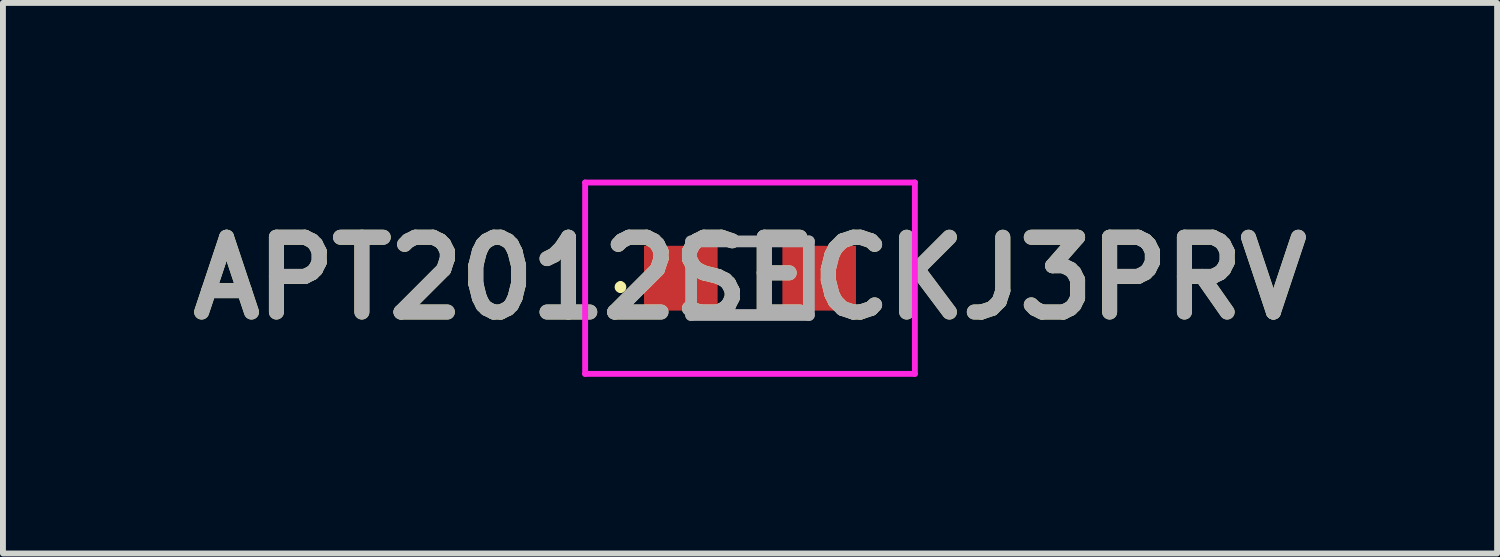
<source format=kicad_pcb>
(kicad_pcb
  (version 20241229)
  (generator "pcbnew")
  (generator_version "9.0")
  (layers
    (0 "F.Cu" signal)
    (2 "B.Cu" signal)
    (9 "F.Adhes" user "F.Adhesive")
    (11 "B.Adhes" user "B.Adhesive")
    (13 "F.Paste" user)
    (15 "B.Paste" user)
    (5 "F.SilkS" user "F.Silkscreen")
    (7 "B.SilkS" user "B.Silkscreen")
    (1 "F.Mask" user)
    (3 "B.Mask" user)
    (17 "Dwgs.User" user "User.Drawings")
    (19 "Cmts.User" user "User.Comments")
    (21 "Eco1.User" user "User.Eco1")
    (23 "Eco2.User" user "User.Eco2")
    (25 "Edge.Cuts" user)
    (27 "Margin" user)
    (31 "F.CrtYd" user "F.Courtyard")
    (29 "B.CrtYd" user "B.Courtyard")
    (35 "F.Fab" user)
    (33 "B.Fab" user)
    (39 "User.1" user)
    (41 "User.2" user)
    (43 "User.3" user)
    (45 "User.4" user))
  (footprint "APT2012SECKJ3PRV"
    (layer "F.Cu")
    (at 9.688 1.675)
    (property "Reference" "APT2012SECKJ3PRV" (at 0 0 0) (layer "F.SilkS") (effects (font (size 1.27 1.27) (thickness 0.254))))
    (attr smd)
    (fp_line (start -2.2 0.1) (end -2.2 0.1) (stroke (width 0.1) (type solid)) (layer "F.SilkS"))
    (fp_line (start -2.2 0.2) (end -2.2 0.2) (stroke (width 0.1) (type solid)) (layer "F.SilkS"))
    (fp_arc (start -2.2 0.1) (mid -2.15 0.15) (end -2.2 0.2) (stroke (width 0.1) (type solid)) (layer "F.SilkS"))
    (fp_arc (start -2.2 0.2) (mid -2.25 0.15) (end -2.2 0.1) (stroke (width 0.1) (type solid)) (layer "F.SilkS"))
    (fp_line (start -2.8 -1.625) (end 2.8 -1.625) (stroke (width 0.1) (type solid)) (layer "F.CrtYd"))
    (fp_line (start -2.8 1.625) (end -2.8 -1.625) (stroke (width 0.1) (type solid)) (layer "F.CrtYd"))
    (fp_line (start 2.8 -1.625) (end 2.8 1.625) (stroke (width 0.1) (type solid)) (layer "F.CrtYd"))
    (fp_line (start 2.8 1.625) (end -2.8 1.625) (stroke (width 0.1) (type solid)) (layer "F.CrtYd"))
    (fp_line (start -1 -0.625) (end 1 -0.625) (stroke (width 0.2) (type solid)) (layer "F.Fab"))
    (fp_line (start -1 0.625) (end -1 -0.625) (stroke (width 0.2) (type solid)) (layer "F.Fab"))
    (fp_line (start 1 -0.625) (end 1 0.625) (stroke (width 0.2) (type solid)) (layer "F.Fab"))
    (fp_line (start 1 0.625) (end -1 0.625) (stroke (width 0.2) (type solid)) (layer "F.Fab"))
    (fp_text user "${REFERENCE}" (at 0 0 0) (layer "F.Fab") (effects (font (size 1.27 1.27) (thickness 0.254))))
    (pad "1" smd rect (at -1.175 0 90) (size 1.1 1.25) (layers "F.Cu" "F.Mask" "F.Paste"))
    (pad "2" smd rect (at 1.175 0 90) (size 1.1 1.25) (layers "F.Cu" "F.Mask" "F.Paste")))
  (gr_rect
    (start -3 -3)
    (end 22.377 6.35)
    (stroke (width 0.1) (type default))
    (fill no)
    (layer "Edge.Cuts")))
</source>
